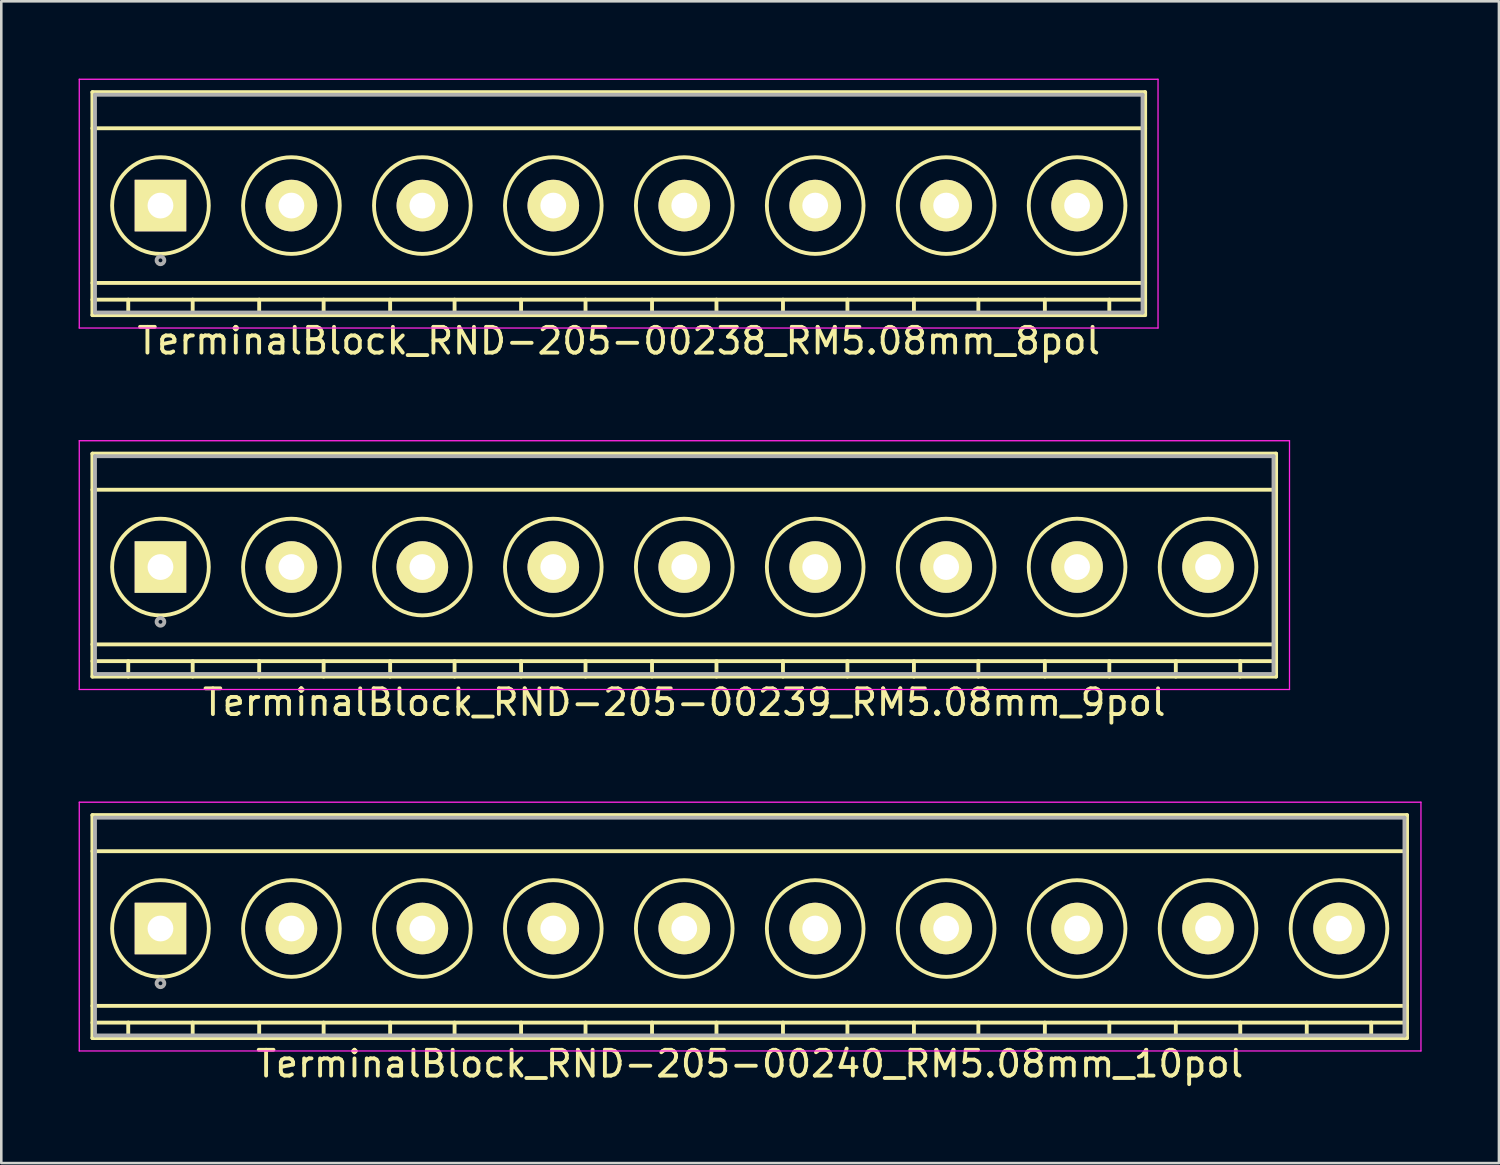
<source format=kicad_pcb>
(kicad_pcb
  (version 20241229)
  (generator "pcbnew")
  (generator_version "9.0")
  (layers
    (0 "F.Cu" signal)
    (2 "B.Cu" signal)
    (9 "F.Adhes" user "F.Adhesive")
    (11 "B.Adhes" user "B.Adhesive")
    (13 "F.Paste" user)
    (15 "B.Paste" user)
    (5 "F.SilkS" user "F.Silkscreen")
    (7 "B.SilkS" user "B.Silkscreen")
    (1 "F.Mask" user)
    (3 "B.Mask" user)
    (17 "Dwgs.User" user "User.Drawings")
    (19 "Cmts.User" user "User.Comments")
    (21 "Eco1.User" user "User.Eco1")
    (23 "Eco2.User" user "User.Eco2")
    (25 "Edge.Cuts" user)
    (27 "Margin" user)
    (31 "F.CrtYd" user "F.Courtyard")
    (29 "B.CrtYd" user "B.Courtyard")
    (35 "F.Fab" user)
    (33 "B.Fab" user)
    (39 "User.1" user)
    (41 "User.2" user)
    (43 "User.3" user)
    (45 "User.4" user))
  (footprint "TerminalBlock_RND-205-00240_RM5.08mm_10pol"
    (layer "F.Cu")
    (at 3.175 32.971)
    (property "Reference" "TerminalBlock_RND-205-00240_RM5.08mm_10pol" (at 22.86 5.25 0) (layer "F.SilkS") (effects (font (size 1 1) (thickness 0.15))))
    (attr through_hole)
    (fp_line (start -2.64 -4.4) (end 48.36 -4.4) (stroke (width 0.15) (type solid)) (layer "F.SilkS"))
    (fp_line (start -2.64 -3) (end 48.36 -3) (stroke (width 0.15) (type solid)) (layer "F.SilkS"))
    (fp_line (start -2.64 3) (end 48.36 3) (stroke (width 0.15) (type solid)) (layer "F.SilkS"))
    (fp_line (start -2.64 3.65) (end 48.36 3.65) (stroke (width 0.15) (type solid)) (layer "F.SilkS"))
    (fp_line (start -2.64 4.25) (end -2.64 -4.4) (stroke (width 0.15) (type solid)) (layer "F.SilkS"))
    (fp_line (start -1.25 3.65) (end -1.25 4.25) (stroke (width 0.15) (type solid)) (layer "F.SilkS"))
    (fp_line (start 1.25 3.65) (end 1.25 4.25) (stroke (width 0.15) (type solid)) (layer "F.SilkS"))
    (fp_line (start 3.83 3.65) (end 3.83 4.25) (stroke (width 0.15) (type solid)) (layer "F.SilkS"))
    (fp_line (start 6.33 3.65) (end 6.33 4.25) (stroke (width 0.15) (type solid)) (layer "F.SilkS"))
    (fp_line (start 8.91 3.65) (end 8.91 4.25) (stroke (width 0.15) (type solid)) (layer "F.SilkS"))
    (fp_line (start 11.41 3.65) (end 11.41 4.25) (stroke (width 0.15) (type solid)) (layer "F.SilkS"))
    (fp_line (start 13.99 3.65) (end 13.99 4.25) (stroke (width 0.15) (type solid)) (layer "F.SilkS"))
    (fp_line (start 16.49 3.65) (end 16.49 4.25) (stroke (width 0.15) (type solid)) (layer "F.SilkS"))
    (fp_line (start 19.07 3.65) (end 19.07 4.25) (stroke (width 0.15) (type solid)) (layer "F.SilkS"))
    (fp_line (start 21.57 3.65) (end 21.57 4.25) (stroke (width 0.15) (type solid)) (layer "F.SilkS"))
    (fp_line (start 24.15 3.65) (end 24.15 4.25) (stroke (width 0.15) (type solid)) (layer "F.SilkS"))
    (fp_line (start 26.65 3.65) (end 26.65 4.25) (stroke (width 0.15) (type solid)) (layer "F.SilkS"))
    (fp_line (start 29.23 3.65) (end 29.23 4.25) (stroke (width 0.15) (type solid)) (layer "F.SilkS"))
    (fp_line (start 31.73 3.65) (end 31.73 4.25) (stroke (width 0.15) (type solid)) (layer "F.SilkS"))
    (fp_line (start 34.31 3.65) (end 34.31 4.25) (stroke (width 0.15) (type solid)) (layer "F.SilkS"))
    (fp_line (start 36.81 3.65) (end 36.81 4.25) (stroke (width 0.15) (type solid)) (layer "F.SilkS"))
    (fp_line (start 39.39 3.65) (end 39.39 4.25) (stroke (width 0.15) (type solid)) (layer "F.SilkS"))
    (fp_line (start 41.89 3.65) (end 41.89 4.25) (stroke (width 0.15) (type solid)) (layer "F.SilkS"))
    (fp_line (start 44.47 3.65) (end 44.47 4.25) (stroke (width 0.15) (type solid)) (layer "F.SilkS"))
    (fp_line (start 46.97 3.65) (end 46.97 4.25) (stroke (width 0.15) (type solid)) (layer "F.SilkS"))
    (fp_line (start 48.36 -4.4) (end 48.36 4.25) (stroke (width 0.15) (type solid)) (layer "F.SilkS"))
    (fp_line (start 48.36 4.25) (end -2.64 4.25) (stroke (width 0.15) (type solid)) (layer "F.SilkS"))
    (fp_circle (center 0 0) (end -1.875 0) (stroke (width 0.15) (type solid)) (fill no) (layer "F.SilkS"))
    (fp_circle (center 5.08 0) (end 3.205 0) (stroke (width 0.15) (type solid)) (fill no) (layer "F.SilkS"))
    (fp_circle (center 10.16 0) (end 8.285 0) (stroke (width 0.15) (type solid)) (fill no) (layer "F.SilkS"))
    (fp_circle (center 15.24 0) (end 13.365 0) (stroke (width 0.15) (type solid)) (fill no) (layer "F.SilkS"))
    (fp_circle (center 20.32 0) (end 18.445 0) (stroke (width 0.15) (type solid)) (fill no) (layer "F.SilkS"))
    (fp_circle (center 25.4 0) (end 23.525 0) (stroke (width 0.15) (type solid)) (fill no) (layer "F.SilkS"))
    (fp_circle (center 30.48 0) (end 28.605 0) (stroke (width 0.15) (type solid)) (fill no) (layer "F.SilkS"))
    (fp_circle (center 35.56 0) (end 33.685 0) (stroke (width 0.15) (type solid)) (fill no) (layer "F.SilkS"))
    (fp_circle (center 40.64 0) (end 38.765 0) (stroke (width 0.15) (type solid)) (fill no) (layer "F.SilkS"))
    (fp_circle (center 45.72 0) (end 43.845 0) (stroke (width 0.15) (type solid)) (fill no) (layer "F.SilkS"))
    (fp_line (start -3.15 -4.9) (end 48.9 -4.9) (stroke (width 0.05) (type solid)) (layer "F.CrtYd"))
    (fp_line (start -3.15 4.75) (end -3.15 -4.9) (stroke (width 0.05) (type solid)) (layer "F.CrtYd"))
    (fp_line (start 48.9 -4.9) (end 48.9 4.75) (stroke (width 0.05) (type solid)) (layer "F.CrtYd"))
    (fp_line (start 48.9 4.75) (end -3.15 4.75) (stroke (width 0.05) (type solid)) (layer "F.CrtYd"))
    (fp_line (start -2.54 -4.3) (end 48.26 -4.3) (stroke (width 0.15) (type solid)) (layer "F.Fab"))
    (fp_line (start -2.54 4.15) (end -2.54 -4.3) (stroke (width 0.15) (type solid)) (layer "F.Fab"))
    (fp_line (start 48.26 -4.3) (end 48.26 4.15) (stroke (width 0.15) (type solid)) (layer "F.Fab"))
    (fp_line (start 48.26 4.15) (end -2.54 4.15) (stroke (width 0.15) (type solid)) (layer "F.Fab"))
    (fp_circle (center 0 2.125) (end -0.15 2.125) (stroke (width 0.15) (type solid)) (fill no) (layer "F.Fab"))
    (pad "1" thru_hole rect (at 0 0) (size 2 2) (drill 1) (layers "*.Cu" "*.Mask" "F.SilkS"))
    (pad "2" thru_hole circle (at 5.08 0) (size 2 2) (drill 1) (layers "*.Cu" "*.Mask" "F.SilkS"))
    (pad "3" thru_hole circle (at 10.16 0) (size 2 2) (drill 1) (layers "*.Cu" "*.Mask" "F.SilkS"))
    (pad "4" thru_hole circle (at 15.24 0) (size 2 2) (drill 1) (layers "*.Cu" "*.Mask" "F.SilkS"))
    (pad "5" thru_hole circle (at 20.32 0) (size 2 2) (drill 1) (layers "*.Cu" "*.Mask" "F.SilkS"))
    (pad "6" thru_hole circle (at 25.4 0) (size 2 2) (drill 1) (layers "*.Cu" "*.Mask" "F.SilkS"))
    (pad "7" thru_hole circle (at 30.48 0) (size 2 2) (drill 1) (layers "*.Cu" "*.Mask" "F.SilkS"))
    (pad "8" thru_hole circle (at 35.56 0) (size 2 2) (drill 1) (layers "*.Cu" "*.Mask" "F.SilkS"))
    (pad "9" thru_hole circle (at 40.64 0) (size 2 2) (drill 1) (layers "*.Cu" "*.Mask" "F.SilkS"))
    (pad "10" thru_hole circle (at 45.72 0) (size 2 2) (drill 1) (layers "*.Cu" "*.Mask" "F.SilkS")))
  (footprint "TerminalBlock_RND-205-00239_RM5.08mm_9pol"
    (layer "F.Cu")
    (at 3.175 18.948)
    (property "Reference" "TerminalBlock_RND-205-00239_RM5.08mm_9pol" (at 20.32 5.25 0) (layer "F.SilkS") (effects (font (size 1 1) (thickness 0.15))))
    (attr through_hole)
    (fp_line (start -2.64 -4.4) (end 43.28 -4.4) (stroke (width 0.15) (type solid)) (layer "F.SilkS"))
    (fp_line (start -2.64 -3) (end 43.28 -3) (stroke (width 0.15) (type solid)) (layer "F.SilkS"))
    (fp_line (start -2.64 3) (end 43.28 3) (stroke (width 0.15) (type solid)) (layer "F.SilkS"))
    (fp_line (start -2.64 3.65) (end 43.28 3.65) (stroke (width 0.15) (type solid)) (layer "F.SilkS"))
    (fp_line (start -2.64 4.25) (end -2.64 -4.4) (stroke (width 0.15) (type solid)) (layer "F.SilkS"))
    (fp_line (start -1.25 3.65) (end -1.25 4.25) (stroke (width 0.15) (type solid)) (layer "F.SilkS"))
    (fp_line (start 1.25 3.65) (end 1.25 4.25) (stroke (width 0.15) (type solid)) (layer "F.SilkS"))
    (fp_line (start 3.83 3.65) (end 3.83 4.25) (stroke (width 0.15) (type solid)) (layer "F.SilkS"))
    (fp_line (start 6.33 3.65) (end 6.33 4.25) (stroke (width 0.15) (type solid)) (layer "F.SilkS"))
    (fp_line (start 8.91 3.65) (end 8.91 4.25) (stroke (width 0.15) (type solid)) (layer "F.SilkS"))
    (fp_line (start 11.41 3.65) (end 11.41 4.25) (stroke (width 0.15) (type solid)) (layer "F.SilkS"))
    (fp_line (start 13.99 3.65) (end 13.99 4.25) (stroke (width 0.15) (type solid)) (layer "F.SilkS"))
    (fp_line (start 16.49 3.65) (end 16.49 4.25) (stroke (width 0.15) (type solid)) (layer "F.SilkS"))
    (fp_line (start 19.07 3.65) (end 19.07 4.25) (stroke (width 0.15) (type solid)) (layer "F.SilkS"))
    (fp_line (start 21.57 3.65) (end 21.57 4.25) (stroke (width 0.15) (type solid)) (layer "F.SilkS"))
    (fp_line (start 24.15 3.65) (end 24.15 4.25) (stroke (width 0.15) (type solid)) (layer "F.SilkS"))
    (fp_line (start 26.65 3.65) (end 26.65 4.25) (stroke (width 0.15) (type solid)) (layer "F.SilkS"))
    (fp_line (start 29.23 3.65) (end 29.23 4.25) (stroke (width 0.15) (type solid)) (layer "F.SilkS"))
    (fp_line (start 31.73 3.65) (end 31.73 4.25) (stroke (width 0.15) (type solid)) (layer "F.SilkS"))
    (fp_line (start 34.31 3.65) (end 34.31 4.25) (stroke (width 0.15) (type solid)) (layer "F.SilkS"))
    (fp_line (start 36.81 3.65) (end 36.81 4.25) (stroke (width 0.15) (type solid)) (layer "F.SilkS"))
    (fp_line (start 39.39 3.65) (end 39.39 4.25) (stroke (width 0.15) (type solid)) (layer "F.SilkS"))
    (fp_line (start 41.89 3.65) (end 41.89 4.25) (stroke (width 0.15) (type solid)) (layer "F.SilkS"))
    (fp_line (start 43.28 -4.4) (end 43.28 4.25) (stroke (width 0.15) (type solid)) (layer "F.SilkS"))
    (fp_line (start 43.28 4.25) (end -2.64 4.25) (stroke (width 0.15) (type solid)) (layer "F.SilkS"))
    (fp_circle (center 0 0) (end -1.875 0) (stroke (width 0.15) (type solid)) (fill no) (layer "F.SilkS"))
    (fp_circle (center 5.08 0) (end 3.205 0) (stroke (width 0.15) (type solid)) (fill no) (layer "F.SilkS"))
    (fp_circle (center 10.16 0) (end 8.285 0) (stroke (width 0.15) (type solid)) (fill no) (layer "F.SilkS"))
    (fp_circle (center 15.24 0) (end 13.365 0) (stroke (width 0.15) (type solid)) (fill no) (layer "F.SilkS"))
    (fp_circle (center 20.32 0) (end 18.445 0) (stroke (width 0.15) (type solid)) (fill no) (layer "F.SilkS"))
    (fp_circle (center 25.4 0) (end 23.525 0) (stroke (width 0.15) (type solid)) (fill no) (layer "F.SilkS"))
    (fp_circle (center 30.48 0) (end 28.605 0) (stroke (width 0.15) (type solid)) (fill no) (layer "F.SilkS"))
    (fp_circle (center 35.56 0) (end 33.685 0) (stroke (width 0.15) (type solid)) (fill no) (layer "F.SilkS"))
    (fp_circle (center 40.64 0) (end 38.765 0) (stroke (width 0.15) (type solid)) (fill no) (layer "F.SilkS"))
    (fp_line (start -3.15 -4.9) (end 43.8 -4.9) (stroke (width 0.05) (type solid)) (layer "F.CrtYd"))
    (fp_line (start -3.15 4.75) (end -3.15 -4.9) (stroke (width 0.05) (type solid)) (layer "F.CrtYd"))
    (fp_line (start 43.8 -4.9) (end 43.8 4.75) (stroke (width 0.05) (type solid)) (layer "F.CrtYd"))
    (fp_line (start 43.8 4.75) (end -3.15 4.75) (stroke (width 0.05) (type solid)) (layer "F.CrtYd"))
    (fp_line (start -2.54 -4.3) (end 43.18 -4.3) (stroke (width 0.15) (type solid)) (layer "F.Fab"))
    (fp_line (start -2.54 4.15) (end -2.54 -4.3) (stroke (width 0.15) (type solid)) (layer "F.Fab"))
    (fp_line (start 43.18 -4.3) (end 43.18 4.15) (stroke (width 0.15) (type solid)) (layer "F.Fab"))
    (fp_line (start 43.18 4.15) (end -2.54 4.15) (stroke (width 0.15) (type solid)) (layer "F.Fab"))
    (fp_circle (center 0 2.125) (end -0.15 2.125) (stroke (width 0.15) (type solid)) (fill no) (layer "F.Fab"))
    (pad "1" thru_hole rect (at 0 0) (size 2 2) (drill 1) (layers "*.Cu" "*.Mask" "F.SilkS"))
    (pad "2" thru_hole circle (at 5.08 0) (size 2 2) (drill 1) (layers "*.Cu" "*.Mask" "F.SilkS"))
    (pad "3" thru_hole circle (at 10.16 0) (size 2 2) (drill 1) (layers "*.Cu" "*.Mask" "F.SilkS"))
    (pad "4" thru_hole circle (at 15.24 0) (size 2 2) (drill 1) (layers "*.Cu" "*.Mask" "F.SilkS"))
    (pad "5" thru_hole circle (at 20.32 0) (size 2 2) (drill 1) (layers "*.Cu" "*.Mask" "F.SilkS"))
    (pad "6" thru_hole circle (at 25.4 0) (size 2 2) (drill 1) (layers "*.Cu" "*.Mask" "F.SilkS"))
    (pad "7" thru_hole circle (at 30.48 0) (size 2 2) (drill 1) (layers "*.Cu" "*.Mask" "F.SilkS"))
    (pad "8" thru_hole circle (at 35.56 0) (size 2 2) (drill 1) (layers "*.Cu" "*.Mask" "F.SilkS"))
    (pad "9" thru_hole circle (at 40.64 0) (size 2 2) (drill 1) (layers "*.Cu" "*.Mask" "F.SilkS")))
  (footprint "TerminalBlock_RND-205-00238_RM5.08mm_8pol"
    (layer "F.Cu")
    (at 3.175 4.925)
    (property "Reference" "TerminalBlock_RND-205-00238_RM5.08mm_8pol" (at 17.78 5.25 0) (layer "F.SilkS") (effects (font (size 1 1) (thickness 0.15))))
    (attr through_hole)
    (fp_line (start -2.64 -4.4) (end 38.2 -4.4) (stroke (width 0.15) (type solid)) (layer "F.SilkS"))
    (fp_line (start -2.64 -3) (end 38.2 -3) (stroke (width 0.15) (type solid)) (layer "F.SilkS"))
    (fp_line (start -2.64 3) (end 38.2 3) (stroke (width 0.15) (type solid)) (layer "F.SilkS"))
    (fp_line (start -2.64 3.65) (end 38.2 3.65) (stroke (width 0.15) (type solid)) (layer "F.SilkS"))
    (fp_line (start -2.64 4.25) (end -2.64 -4.4) (stroke (width 0.15) (type solid)) (layer "F.SilkS"))
    (fp_line (start -1.25 3.65) (end -1.25 4.25) (stroke (width 0.15) (type solid)) (layer "F.SilkS"))
    (fp_line (start 1.25 3.65) (end 1.25 4.25) (stroke (width 0.15) (type solid)) (layer "F.SilkS"))
    (fp_line (start 3.83 3.65) (end 3.83 4.25) (stroke (width 0.15) (type solid)) (layer "F.SilkS"))
    (fp_line (start 6.33 3.65) (end 6.33 4.25) (stroke (width 0.15) (type solid)) (layer "F.SilkS"))
    (fp_line (start 8.91 3.65) (end 8.91 4.25) (stroke (width 0.15) (type solid)) (layer "F.SilkS"))
    (fp_line (start 11.41 3.65) (end 11.41 4.25) (stroke (width 0.15) (type solid)) (layer "F.SilkS"))
    (fp_line (start 13.99 3.65) (end 13.99 4.25) (stroke (width 0.15) (type solid)) (layer "F.SilkS"))
    (fp_line (start 16.49 3.65) (end 16.49 4.25) (stroke (width 0.15) (type solid)) (layer "F.SilkS"))
    (fp_line (start 19.07 3.65) (end 19.07 4.25) (stroke (width 0.15) (type solid)) (layer "F.SilkS"))
    (fp_line (start 21.57 3.65) (end 21.57 4.25) (stroke (width 0.15) (type solid)) (layer "F.SilkS"))
    (fp_line (start 24.15 3.65) (end 24.15 4.25) (stroke (width 0.15) (type solid)) (layer "F.SilkS"))
    (fp_line (start 26.65 3.65) (end 26.65 4.25) (stroke (width 0.15) (type solid)) (layer "F.SilkS"))
    (fp_line (start 29.23 3.65) (end 29.23 4.25) (stroke (width 0.15) (type solid)) (layer "F.SilkS"))
    (fp_line (start 31.73 3.65) (end 31.73 4.25) (stroke (width 0.15) (type solid)) (layer "F.SilkS"))
    (fp_line (start 34.31 3.65) (end 34.31 4.25) (stroke (width 0.15) (type solid)) (layer "F.SilkS"))
    (fp_line (start 36.81 3.65) (end 36.81 4.25) (stroke (width 0.15) (type solid)) (layer "F.SilkS"))
    (fp_line (start 38.2 -4.4) (end 38.2 4.25) (stroke (width 0.15) (type solid)) (layer "F.SilkS"))
    (fp_line (start 38.2 4.25) (end -2.64 4.25) (stroke (width 0.15) (type solid)) (layer "F.SilkS"))
    (fp_circle (center 0 0) (end -1.875 0) (stroke (width 0.15) (type solid)) (fill no) (layer "F.SilkS"))
    (fp_circle (center 5.08 0) (end 3.205 0) (stroke (width 0.15) (type solid)) (fill no) (layer "F.SilkS"))
    (fp_circle (center 10.16 0) (end 8.285 0) (stroke (width 0.15) (type solid)) (fill no) (layer "F.SilkS"))
    (fp_circle (center 15.24 0) (end 13.365 0) (stroke (width 0.15) (type solid)) (fill no) (layer "F.SilkS"))
    (fp_circle (center 20.32 0) (end 18.445 0) (stroke (width 0.15) (type solid)) (fill no) (layer "F.SilkS"))
    (fp_circle (center 25.4 0) (end 23.525 0) (stroke (width 0.15) (type solid)) (fill no) (layer "F.SilkS"))
    (fp_circle (center 30.48 0) (end 28.605 0) (stroke (width 0.15) (type solid)) (fill no) (layer "F.SilkS"))
    (fp_circle (center 35.56 0) (end 33.685 0) (stroke (width 0.15) (type solid)) (fill no) (layer "F.SilkS"))
    (fp_line (start -3.15 -4.9) (end 38.7 -4.9) (stroke (width 0.05) (type solid)) (layer "F.CrtYd"))
    (fp_line (start -3.15 4.75) (end -3.15 -4.9) (stroke (width 0.05) (type solid)) (layer "F.CrtYd"))
    (fp_line (start 38.7 -4.9) (end 38.7 4.75) (stroke (width 0.05) (type solid)) (layer "F.CrtYd"))
    (fp_line (start 38.7 4.75) (end -3.15 4.75) (stroke (width 0.05) (type solid)) (layer "F.CrtYd"))
    (fp_line (start -2.54 -4.3) (end 38.1 -4.3) (stroke (width 0.15) (type solid)) (layer "F.Fab"))
    (fp_line (start -2.54 4.15) (end -2.54 -4.3) (stroke (width 0.15) (type solid)) (layer "F.Fab"))
    (fp_line (start 38.1 -4.3) (end 38.1 4.15) (stroke (width 0.15) (type solid)) (layer "F.Fab"))
    (fp_line (start 38.1 4.15) (end -2.54 4.15) (stroke (width 0.15) (type solid)) (layer "F.Fab"))
    (fp_circle (center 0 2.125) (end -0.15 2.125) (stroke (width 0.15) (type solid)) (fill no) (layer "F.Fab"))
    (pad "1" thru_hole rect (at 0 0) (size 2 2) (drill 1) (layers "*.Cu" "*.Mask" "F.SilkS"))
    (pad "2" thru_hole circle (at 5.08 0) (size 2 2) (drill 1) (layers "*.Cu" "*.Mask" "F.SilkS"))
    (pad "3" thru_hole circle (at 10.16 0) (size 2 2) (drill 1) (layers "*.Cu" "*.Mask" "F.SilkS"))
    (pad "4" thru_hole circle (at 15.24 0) (size 2 2) (drill 1) (layers "*.Cu" "*.Mask" "F.SilkS"))
    (pad "5" thru_hole circle (at 20.32 0) (size 2 2) (drill 1) (layers "*.Cu" "*.Mask" "F.SilkS"))
    (pad "6" thru_hole circle (at 25.4 0) (size 2 2) (drill 1) (layers "*.Cu" "*.Mask" "F.SilkS"))
    (pad "7" thru_hole circle (at 30.48 0) (size 2 2) (drill 1) (layers "*.Cu" "*.Mask" "F.SilkS"))
    (pad "8" thru_hole circle (at 35.56 0) (size 2 2) (drill 1) (layers "*.Cu" "*.Mask" "F.SilkS")))
  (gr_rect
    (start -3 -3)
    (end 55.1 42.07)
    (stroke (width 0.1) (type default))
    (fill no)
    (layer "Edge.Cuts")))
</source>
